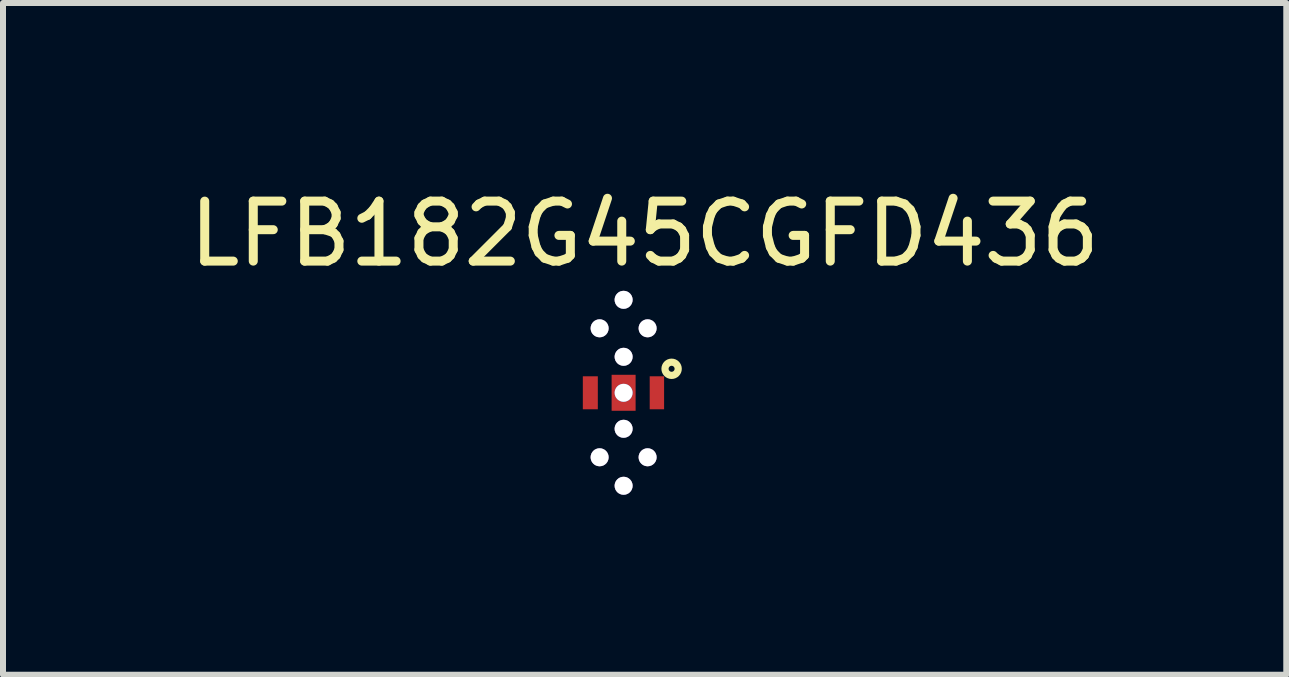
<source format=kicad_pcb>
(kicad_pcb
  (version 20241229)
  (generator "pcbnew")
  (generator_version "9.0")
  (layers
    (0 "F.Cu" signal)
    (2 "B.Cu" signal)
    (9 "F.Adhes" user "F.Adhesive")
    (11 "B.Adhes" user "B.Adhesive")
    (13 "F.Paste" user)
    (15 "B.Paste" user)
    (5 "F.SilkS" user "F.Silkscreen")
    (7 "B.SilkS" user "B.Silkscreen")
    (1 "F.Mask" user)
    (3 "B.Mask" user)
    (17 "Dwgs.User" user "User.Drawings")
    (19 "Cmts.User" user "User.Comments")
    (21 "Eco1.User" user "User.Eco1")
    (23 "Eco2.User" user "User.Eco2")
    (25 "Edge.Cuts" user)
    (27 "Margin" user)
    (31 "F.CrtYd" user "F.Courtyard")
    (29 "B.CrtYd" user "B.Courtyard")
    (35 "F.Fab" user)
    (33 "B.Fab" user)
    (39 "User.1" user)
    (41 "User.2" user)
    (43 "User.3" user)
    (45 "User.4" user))
  (footprint "LFB182G45CGFD436"
    (layer "F.Cu")
    (at 7.346 3.498)
    (property "Reference" "LFB182G45CGFD436" (at 0.35 -2.65 0) (layer "F.SilkS") (effects (font (size 1 1) (thickness 0.15))))
    (attr through_hole)
    (fp_circle (center 0.8 -0.4) (end 0.8 -0.35) (stroke (width 0.12) (type solid)) (fill no) (layer "F.SilkS"))
    (pad "" thru_hole circle (at 0 0) (size 0.3 0.3) (drill 0.3) (layers "*.Cu" "*.Mask"))
    (pad "1" smd rect (at 0.555 0) (size 0.24 0.55) (layers "F.Cu" "F.Mask" "F.Paste"))
    (pad "2" thru_hole circle (at -0.4 -1.075) (size 0.3 0.3) (drill 0.3) (layers "*.Cu" "*.Mask"))
    (pad "2" thru_hole circle (at -0.4 1.075) (size 0.3 0.3) (drill 0.3) (layers "*.Cu" "*.Mask"))
    (pad "2" thru_hole circle (at 0 -1.55) (size 0.3 0.3) (drill 0.3) (layers "*.Cu" "*.Mask"))
    (pad "2" thru_hole circle (at 0 -0.6) (size 0.3 0.3) (drill 0.3) (layers "*.Cu" "*.Mask"))
    (pad "2" smd rect (at 0 0) (size 0.4 0.6) (layers "F.Cu" "F.Mask" "F.Paste"))
    (pad "2" thru_hole circle (at 0 0.6) (size 0.3 0.3) (drill 0.3) (layers "*.Cu" "*.Mask"))
    (pad "2" thru_hole circle (at 0 1.55) (size 0.3 0.3) (drill 0.3) (layers "*.Cu" "*.Mask"))
    (pad "2" thru_hole circle (at 0.4 -1.075) (size 0.3 0.3) (drill 0.3) (layers "*.Cu" "*.Mask"))
    (pad "2" thru_hole circle (at 0.4 1.075) (size 0.3 0.3) (drill 0.3) (layers "*.Cu" "*.Mask"))
    (pad "3" smd rect (at -0.555 0) (size 0.25 0.55) (layers "F.Cu" "F.Mask" "F.Paste")))
  (gr_rect
    (start -3 -3)
    (end 18.393 8.198)
    (stroke (width 0.1) (type default))
    (fill no)
    (layer "Edge.Cuts")))
</source>
